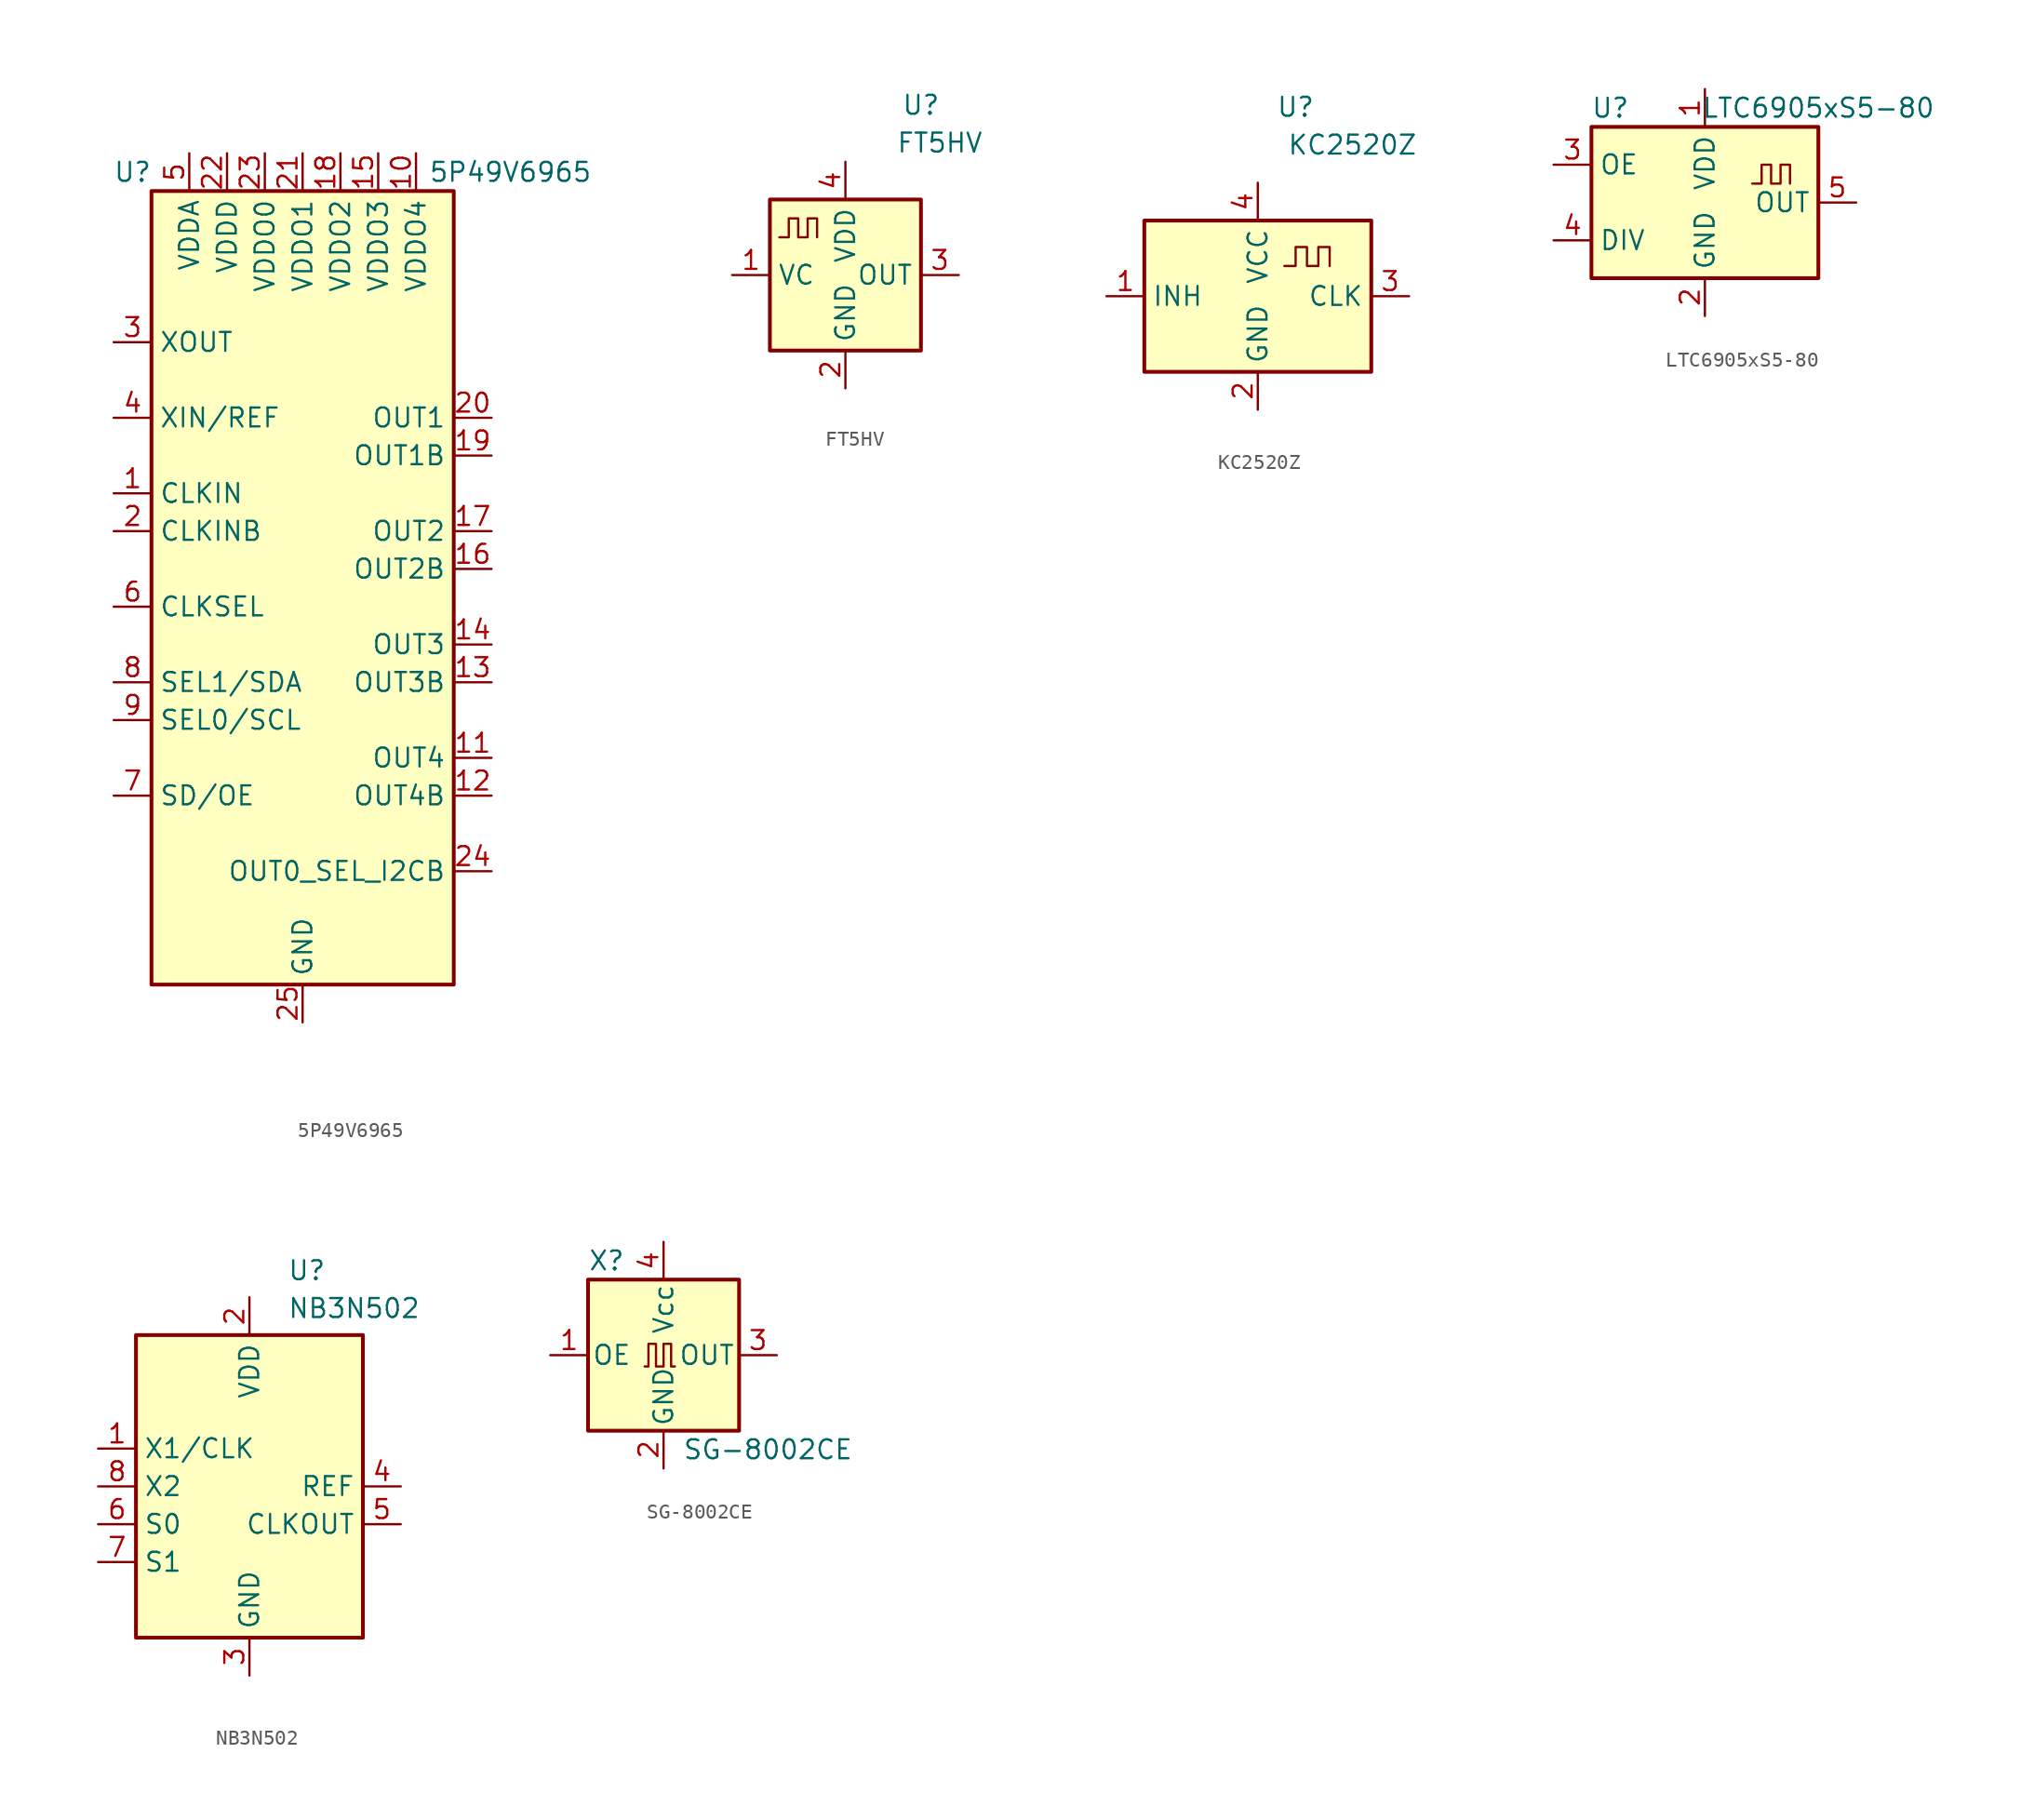
<source format=kicad_sym>
(kicad_symbol_lib
  (version 20201005)
  (generator kicad_symbol_editor)
  (symbol "5P49V6965"
    (property "Reference" "U"
      (at -11.43 29.21 0)
      (effects (font (size 1.27 1.27))))
    (property "Value" "5P49V6965"
      (at 13.97 29.21 0)
      (effects (font (size 1.27 1.27))))
    (symbol "5P49V6965_0_1"
      (rectangle (start -10.16 27.94) (end 10.16 -25.4) (stroke (width 0.254)) (fill (type background))))
    (symbol "5P49V6965_1_1"
      (pin input line (at -12.7 7.62 0) (length 2.54) (name "CLKIN" (effects (font (size 1.27 1.27)))) (number "1" (effects (font (size 1.27 1.27)))))
      (pin power_in line (at 7.62 30.48 270) (length 2.54) (name "VDDO4" (effects (font (size 1.27 1.27)))) (number "10" (effects (font (size 1.27 1.27)))))
      (pin output line (at 12.7 -10.16 180) (length 2.54) (name "OUT4" (effects (font (size 1.27 1.27)))) (number "11" (effects (font (size 1.27 1.27)))))
      (pin output line (at 12.7 -12.7 180) (length 2.54) (name "OUT4B" (effects (font (size 1.27 1.27)))) (number "12" (effects (font (size 1.27 1.27)))))
      (pin output line (at 12.7 -5.08 180) (length 2.54) (name "OUT3B" (effects (font (size 1.27 1.27)))) (number "13" (effects (font (size 1.27 1.27)))))
      (pin output line (at 12.7 -2.54 180) (length 2.54) (name "OUT3" (effects (font (size 1.27 1.27)))) (number "14" (effects (font (size 1.27 1.27)))))
      (pin power_in line (at 5.08 30.48 270) (length 2.54) (name "VDDO3" (effects (font (size 1.27 1.27)))) (number "15" (effects (font (size 1.27 1.27)))))
      (pin output line (at 12.7 2.54 180) (length 2.54) (name "OUT2B" (effects (font (size 1.27 1.27)))) (number "16" (effects (font (size 1.27 1.27)))))
      (pin output line (at 12.7 5.08 180) (length 2.54) (name "OUT2" (effects (font (size 1.27 1.27)))) (number "17" (effects (font (size 1.27 1.27)))))
      (pin power_in line (at 2.54 30.48 270) (length 2.54) (name "VDDO2" (effects (font (size 1.27 1.27)))) (number "18" (effects (font (size 1.27 1.27)))))
      (pin output line (at 12.7 10.16 180) (length 2.54) (name "OUT1B" (effects (font (size 1.27 1.27)))) (number "19" (effects (font (size 1.27 1.27)))))
      (pin input line (at -12.7 5.08 0) (length 2.54) (name "CLKINB" (effects (font (size 1.27 1.27)))) (number "2" (effects (font (size 1.27 1.27)))))
      (pin output line (at 12.7 12.7 180) (length 2.54) (name "OUT1" (effects (font (size 1.27 1.27)))) (number "20" (effects (font (size 1.27 1.27)))))
      (pin power_in line (at 0 30.48 270) (length 2.54) (name "VDDO1" (effects (font (size 1.27 1.27)))) (number "21" (effects (font (size 1.27 1.27)))))
      (pin power_in line (at -5.08 30.48 270) (length 2.54) (name "VDDD" (effects (font (size 1.27 1.27)))) (number "22" (effects (font (size 1.27 1.27)))))
      (pin power_in line (at -2.54 30.48 270) (length 2.54) (name "VDDO0" (effects (font (size 1.27 1.27)))) (number "23" (effects (font (size 1.27 1.27)))))
      (pin bidirectional line (at 12.7 -17.78 180) (length 2.54) (name "OUT0_SEL_I2CB" (effects (font (size 1.27 1.27)))) (number "24" (effects (font (size 1.27 1.27)))))
      (pin power_in line (at 0 -27.94 90) (length 2.54) (name "GND" (effects (font (size 1.27 1.27)))) (number "25" (effects (font (size 1.27 1.27)))))
      (pin output line (at -12.7 17.78 0) (length 2.54) (name "XOUT" (effects (font (size 1.27 1.27)))) (number "3" (effects (font (size 1.27 1.27)))))
      (pin input line (at -12.7 12.7 0) (length 2.54) (name "XIN/REF" (effects (font (size 1.27 1.27)))) (number "4" (effects (font (size 1.27 1.27)))))
      (pin power_in line (at -7.62 30.48 270) (length 2.54) (name "VDDA" (effects (font (size 1.27 1.27)))) (number "5" (effects (font (size 1.27 1.27)))))
      (pin input line (at -12.7 0 0) (length 2.54) (name "CLKSEL" (effects (font (size 1.27 1.27)))) (number "6" (effects (font (size 1.27 1.27)))))
      (pin input line (at -12.7 -12.7 0) (length 2.54) (name "SD/OE" (effects (font (size 1.27 1.27)))) (number "7" (effects (font (size 1.27 1.27)))))
      (pin bidirectional line (at -12.7 -5.08 0) (length 2.54) (name "SEL1/SDA" (effects (font (size 1.27 1.27)))) (number "8" (effects (font (size 1.27 1.27)))))
      (pin input line (at -12.7 -7.62 0) (length 2.54) (name "SEL0/SCL" (effects (font (size 1.27 1.27)))) (number "9" (effects (font (size 1.27 1.27)))))))
  (symbol "FT5HV"
    (property "Reference" "U"
      (at 5.08 11.43 0)
      (effects (font (size 1.27 1.27))))
    (property "Value" "FT5HV"
      (at 6.35 8.89 0)
      (effects (font (size 1.27 1.27))))
    (symbol "FT5HV_0_1"
      (rectangle (start -5.08 5.08) (end 5.08 -5.08) (stroke (width 0.254)) (fill (type background)))
      (polyline (pts (xy -4.445 2.54) (xy -3.81 2.54) (xy -3.81 3.81) (xy -3.175 3.81) (xy -3.175 2.54) (xy -2.54 2.54) (xy -2.54 3.81) (xy -1.905 3.81) (xy -1.905 2.54)) (stroke (width 0)) (fill (type none))))
    (symbol "FT5HV_1_1"
      (pin input line (at -7.62 0 0) (length 2.54) (name "VC" (effects (font (size 1.27 1.27)))) (number "1" (effects (font (size 1.27 1.27)))))
      (pin power_in line (at 0 -7.62 90) (length 2.54) (name "GND" (effects (font (size 1.27 1.27)))) (number "2" (effects (font (size 1.27 1.27)))))
      (pin output line (at 7.62 0 180) (length 2.54) (name "OUT" (effects (font (size 1.27 1.27)))) (number "3" (effects (font (size 1.27 1.27)))))
      (pin power_in line (at 0 7.62 270) (length 2.54) (name "VDD" (effects (font (size 1.27 1.27)))) (number "4" (effects (font (size 1.27 1.27)))))))
  (symbol "KC2520Z"
    (property "Reference" "U"
      (at 2.54 12.7 0)
      (effects (font (size 1.27 1.27))))
    (property "Value" "KC2520Z"
      (at 6.35 10.16 0)
      (effects (font (size 1.27 1.27))))
    (symbol "KC2520Z_0_1"
      (rectangle (start -7.62 5.08) (end 7.62 -5.08) (stroke (width 0.254)) (fill (type background))))
    (symbol "KC2520Z_1_1"
      (polyline (pts (xy 1.778 2.032) (xy 2.54 2.032) (xy 2.54 3.302) (xy 3.302 3.302) (xy 3.302 2.032) (xy 4.064 2.032) (xy 4.064 3.302) (xy 4.826 3.302) (xy 4.826 2.032)) (stroke (width 0)) (fill (type none)))
      (pin input line (at -10.16 0 0) (length 2.54) (name "INH" (effects (font (size 1.27 1.27)))) (number "1" (effects (font (size 1.27 1.27)))))
      (pin power_in line (at 0 -7.62 90) (length 2.54) (name "GND" (effects (font (size 1.27 1.27)))) (number "2" (effects (font (size 1.27 1.27)))))
      (pin output line (at 10.16 0 180) (length 2.54) (name "CLK" (effects (font (size 1.27 1.27)))) (number "3" (effects (font (size 1.27 1.27)))))
      (pin power_in line (at 0 7.62 270) (length 2.54) (name "VCC" (effects (font (size 1.27 1.27)))) (number "4" (effects (font (size 1.27 1.27)))))))
  (symbol "LTC6905xS5-80"
    (property "Reference" "U"
      (at -6.35 6.35 0)
      (effects (font (size 1.27 1.27))))
    (property "Value" "LTC6905xS5-80"
      (at 7.62 6.35 0)
      (effects (font (size 1.27 1.27))))
    (symbol "LTC6905xS5-80_1_1"
      (rectangle (start -7.62 5.08) (end 7.62 -5.08) (stroke (width 0.254)) (fill (type background)))
      (polyline (pts (xy 3.175 1.27) (xy 3.81 1.27) (xy 3.81 2.54) (xy 4.445 2.54) (xy 4.445 1.27) (xy 5.08 1.27) (xy 5.08 2.54) (xy 5.715 2.54) (xy 5.715 1.27)) (stroke (width 0)) (fill (type none)))
      (pin power_in line (at 0 7.62 270) (length 2.54) (name "VDD" (effects (font (size 1.27 1.27)))) (number "1" (effects (font (size 1.27 1.27)))))
      (pin power_in line (at 0 -7.62 90) (length 2.54) (name "GND" (effects (font (size 1.27 1.27)))) (number "2" (effects (font (size 1.27 1.27)))))
      (pin input line (at -10.16 2.54 0) (length 2.54) (name "OE" (effects (font (size 1.27 1.27)))) (number "3" (effects (font (size 1.27 1.27)))))
      (pin input line (at -10.16 -2.54 0) (length 2.54) (name "DIV" (effects (font (size 1.27 1.27)))) (number "4" (effects (font (size 1.27 1.27)))))
      (pin output line (at 10.16 0 180) (length 2.54) (name "OUT" (effects (font (size 1.27 1.27)))) (number "5" (effects (font (size 1.27 1.27)))))))
  (symbol "NB3N502"
    (property "Reference" "U"
      (at 2.54 15.24 0)
      (effects (font (size 1.27 1.27)) (justify left top)))
    (property "Value" "NB3N502"
      (at 2.54 12.7 0)
      (effects (font (size 1.27 1.27)) (justify left top)))
    (symbol "NB3N502_0_1"
      (rectangle (start -7.62 10.16) (end 7.62 -10.16) (stroke (width 0.254)) (fill (type background))))
    (symbol "NB3N502_1_1"
      (pin input line (at -10.16 2.54 0) (length 2.54) (name "X1/CLK" (effects (font (size 1.27 1.27)))) (number "1" (effects (font (size 1.27 1.27)))))
      (pin power_in line (at 0 12.7 270) (length 2.54) (name "VDD" (effects (font (size 1.27 1.27)))) (number "2" (effects (font (size 1.27 1.27)))))
      (pin power_in line (at 0 -12.7 90) (length 2.54) (name "GND" (effects (font (size 1.27 1.27)))) (number "3" (effects (font (size 1.27 1.27)))))
      (pin output line (at 10.16 0 180) (length 2.54) (name "REF" (effects (font (size 1.27 1.27)))) (number "4" (effects (font (size 1.27 1.27)))))
      (pin output line (at 10.16 -2.54 180) (length 2.54) (name "CLKOUT" (effects (font (size 1.27 1.27)))) (number "5" (effects (font (size 1.27 1.27)))))
      (pin input line (at -10.16 -2.54 0) (length 2.54) (name "S0" (effects (font (size 1.27 1.27)))) (number "6" (effects (font (size 1.27 1.27)))))
      (pin input line (at -10.16 -5.08 0) (length 2.54) (name "S1" (effects (font (size 1.27 1.27)))) (number "7" (effects (font (size 1.27 1.27)))))
      (pin output line (at -10.16 0 0) (length 2.54) (name "X2" (effects (font (size 1.27 1.27)))) (number "8" (effects (font (size 1.27 1.27)))))))
  (symbol "SG-8002CE"
    (pin_names
      (offset 0.254))
    (property "Reference" "X"
      (at -5.08 6.35 0)
      (effects (font (size 1.27 1.27)) (justify left)))
    (property "Value" "SG-8002CE"
      (at 1.27 -6.35 0)
      (effects (font (size 1.27 1.27)) (justify left)))
    (symbol "SG-8002CE_0_1"
      (rectangle (start -5.08 5.08) (end 5.08 -5.08) (stroke (width 0.254)) (fill (type background)))
      (polyline (pts (xy -1.27 -0.762) (xy -1.016 -0.762) (xy -1.016 0.762) (xy -0.508 0.762) (xy -0.508 -0.762) (xy 0 -0.762) (xy 0 0.762) (xy 0.508 0.762) (xy 0.508 -0.762) (xy 0.762 -0.762)) (stroke (width 0)) (fill (type none))))
    (symbol "SG-8002CE_1_1"
      (pin input line (at -7.62 0 0) (length 2.54) (name "OE" (effects (font (size 1.27 1.27)))) (number "1" (effects (font (size 1.27 1.27)))))
      (pin power_in line (at 0 -7.62 90) (length 2.54) (name "GND" (effects (font (size 1.27 1.27)))) (number "2" (effects (font (size 1.27 1.27)))))
      (pin output line (at 7.62 0 180) (length 2.54) (name "OUT" (effects (font (size 1.27 1.27)))) (number "3" (effects (font (size 1.27 1.27)))))
      (pin power_in line (at 0 7.62 270) (length 2.54) (name "Vcc" (effects (font (size 1.27 1.27)))) (number "4" (effects (font (size 1.27 1.27))))))))
</source>
